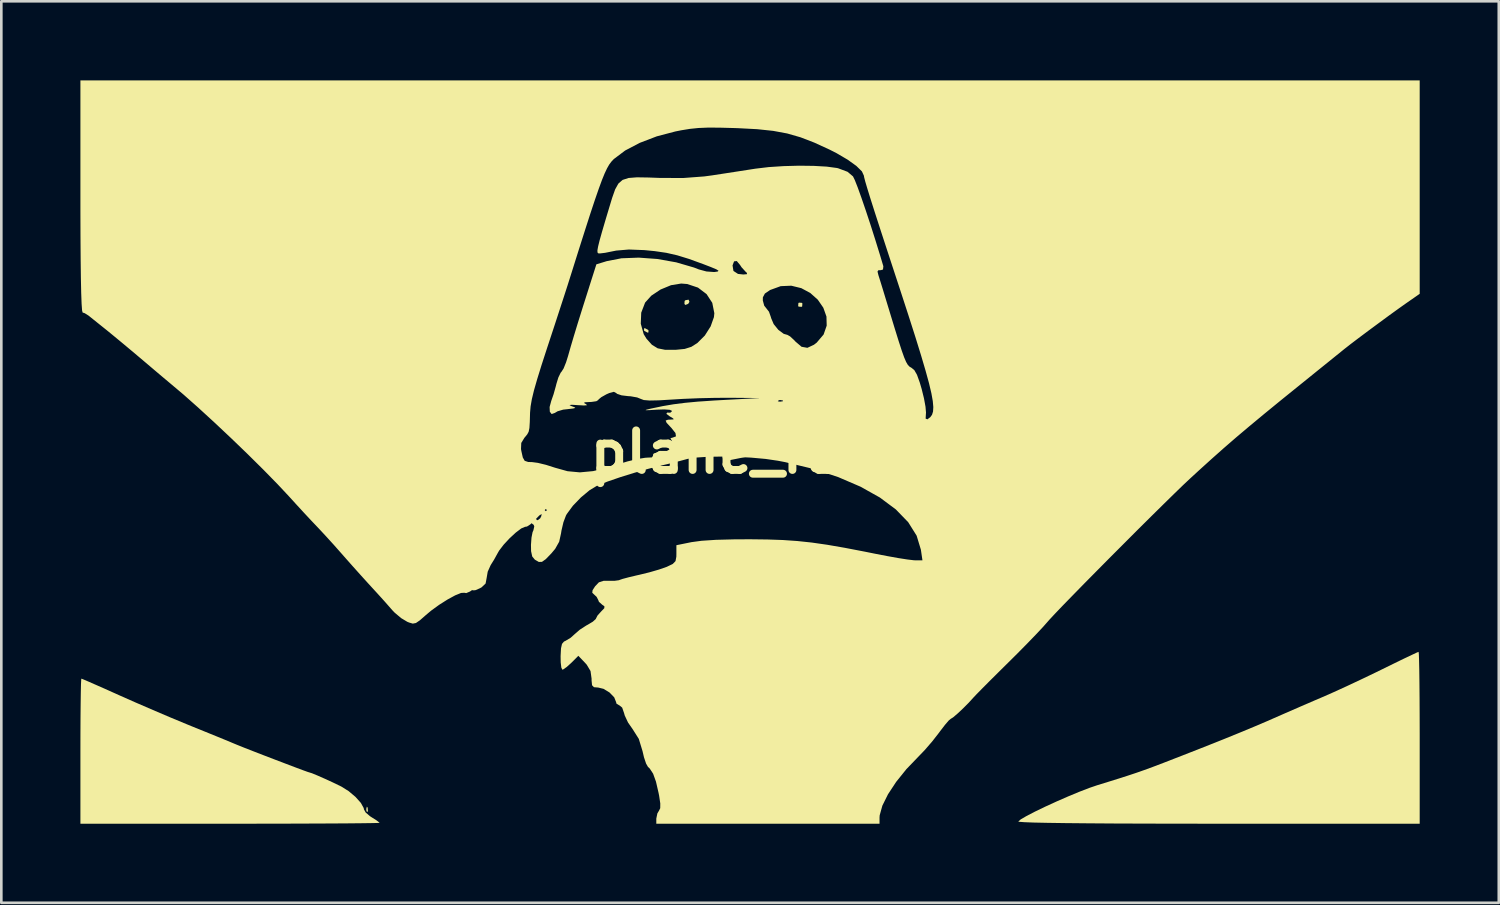
<source format=kicad_pcb>
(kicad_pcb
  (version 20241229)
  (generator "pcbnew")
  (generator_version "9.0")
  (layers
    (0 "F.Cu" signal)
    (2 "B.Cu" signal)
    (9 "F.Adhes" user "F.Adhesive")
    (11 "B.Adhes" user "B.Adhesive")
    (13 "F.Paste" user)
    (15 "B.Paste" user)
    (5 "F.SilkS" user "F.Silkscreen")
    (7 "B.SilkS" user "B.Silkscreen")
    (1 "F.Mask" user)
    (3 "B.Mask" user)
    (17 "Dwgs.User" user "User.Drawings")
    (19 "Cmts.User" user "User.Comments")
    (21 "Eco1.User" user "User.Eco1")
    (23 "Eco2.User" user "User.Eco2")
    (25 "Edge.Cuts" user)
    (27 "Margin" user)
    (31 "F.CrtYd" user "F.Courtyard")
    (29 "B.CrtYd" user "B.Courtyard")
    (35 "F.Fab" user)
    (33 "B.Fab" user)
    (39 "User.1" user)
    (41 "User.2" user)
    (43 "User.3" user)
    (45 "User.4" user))
  (footprint "plane_face"
    (layer "F.Cu")
    (at 25.4 14.097)
    (property "Reference" "plane_face" (at 0 0 0) (layer "F.SilkS") (effects (font (size 1.5 1.5) (thickness 0.3))))
    (attr board_only exclude_from_pos_files exclude_from_bom)
    (fp_poly (pts (xy -14.505 13.488) (xy -14.495 13.621) (xy -14.512 13.651) (xy -14.55 13.625) (xy -14.556 13.54) (xy -14.535 13.449)) (stroke (width 0) (type solid)) (fill yes) (layer "F.SilkS"))
    (fp_poly (pts (xy -2.299 -5.698) (xy -2.346 -5.622) (xy -2.452 -5.58) (xy -2.489 -5.617) (xy -2.482 -5.732) (xy -2.451 -5.76) (xy -2.331 -5.78)) (stroke (width 0) (type solid)) (fill yes) (layer "F.SilkS"))
    (fp_poly (pts (xy -3.87 -4.637) (xy -3.852 -4.614) (xy -3.856 -4.536) (xy -3.885 -4.53) (xy -4.004 -4.591) (xy -4.022 -4.614) (xy -4.018 -4.692) (xy -3.989 -4.699)) (stroke (width 0) (type solid)) (fill yes) (layer "F.SilkS"))
    (fp_poly (pts (xy 1.966 -5.66) (xy 1.985 -5.638) (xy 1.977 -5.527) (xy 1.955 -5.508) (xy 1.844 -5.516) (xy 1.825 -5.538) (xy 1.833 -5.649) (xy 1.855 -5.668)) (stroke (width 0) (type solid)) (fill yes) (layer "F.SilkS"))
    (fp_poly (pts (xy 25.368 7.659) (xy 25.376 7.892) (xy 25.384 8.257) (xy 25.39 8.737) (xy 25.395 9.314) (xy 25.398 9.968) (xy 25.4 10.682) (xy 25.4 10.837) (xy 25.4 14.097) (xy 17.773 14.097) (xy 16.3 14.096) (xy 14.981 14.093) (xy 13.818 14.089) (xy 12.812 14.082) (xy 11.966 14.074) (xy 11.28 14.064) (xy 10.758 14.053) (xy 10.4 14.039) (xy 10.208 14.024) (xy 10.174 14.013) (xy 10.265 13.934) (xy 10.484 13.806) (xy 10.802 13.641) (xy 11.191 13.453) (xy 11.623 13.255) (xy 12.067 13.061) (xy 12.496 12.883) (xy 12.881 12.735) (xy 13.166 12.638) (xy 13.623 12.497) (xy 14.004 12.378) (xy 14.335 12.272) (xy 14.642 12.17) (xy 14.95 12.062) (xy 15.286 11.939) (xy 15.675 11.791) (xy 16.143 11.609) (xy 16.717 11.385) (xy 17.422 11.108) (xy 17.441 11.1) (xy 17.99 10.881) (xy 18.572 10.644) (xy 19.133 10.411) (xy 19.619 10.204) (xy 19.812 10.119) (xy 20.309 9.901) (xy 20.869 9.657) (xy 21.41 9.423) (xy 21.717 9.292) (xy 22.126 9.112) (xy 22.634 8.88) (xy 23.187 8.62) (xy 23.734 8.358) (xy 23.983 8.236) (xy 24.417 8.023) (xy 24.797 7.838) (xy 25.098 7.695) (xy 25.293 7.604) (xy 25.358 7.578)) (stroke (width 0) (type solid)) (fill yes) (layer "F.SilkS"))
    (fp_poly (pts (xy -25.279 8.627) (xy -25.065 8.719) (xy -24.746 8.859) (xy -24.347 9.036) (xy -23.904 9.235) (xy -23.314 9.496) (xy -22.65 9.783) (xy -21.977 10.07) (xy -21.361 10.326) (xy -21.124 10.423) (xy -20.667 10.608) (xy -20.256 10.775) (xy -19.919 10.913) (xy -19.688 11.009) (xy -19.6 11.046) (xy -19.445 11.11) (xy -19.179 11.217) (xy -18.831 11.353) (xy -18.434 11.507) (xy -18.017 11.667) (xy -17.612 11.821) (xy -17.249 11.959) (xy -16.96 12.067) (xy -16.774 12.134) (xy -16.722 12.15) (xy -16.616 12.183) (xy -16.401 12.272) (xy -16.117 12.397) (xy -15.809 12.539) (xy -15.518 12.68) (xy -15.507 12.685) (xy -15.227 12.86) (xy -14.966 13.08) (xy -14.763 13.307) (xy -14.655 13.502) (xy -14.647 13.552) (xy -14.58 13.672) (xy -14.412 13.815) (xy -14.351 13.854) (xy -14.166 13.971) (xy -14.062 14.051) (xy -14.055 14.063) (xy -14.137 14.069) (xy -14.375 14.074) (xy -14.754 14.079) (xy -15.262 14.084) (xy -15.883 14.088) (xy -16.604 14.091) (xy -17.412 14.094) (xy -18.292 14.096) (xy -19.23 14.097) (xy -19.727 14.097) (xy -25.4 14.097) (xy -25.4 11.345) (xy -25.399 10.682) (xy -25.396 10.076) (xy -25.391 9.548) (xy -25.385 9.117) (xy -25.378 8.803) (xy -25.369 8.626) (xy -25.364 8.594)) (stroke (width 0) (type solid)) (fill yes) (layer "F.SilkS"))
    (fp_poly (pts (xy 25.4 -10.05) (xy 25.4 -6.002) (xy 24.871 -5.634) (xy 24.596 -5.439) (xy 24.243 -5.184) (xy 23.849 -4.894) (xy 23.448 -4.598) (xy 23.077 -4.32) (xy 22.771 -4.088) (xy 22.566 -3.927) (xy 22.564 -3.926) (xy 22.45 -3.834) (xy 22.226 -3.653) (xy 21.913 -3.4) (xy 21.533 -3.094) (xy 21.108 -2.75) (xy 20.913 -2.593) (xy 20.157 -1.982) (xy 19.51 -1.453) (xy 18.946 -0.985) (xy 18.439 -0.557) (xy 17.965 -0.146) (xy 17.498 0.269) (xy 17.012 0.709) (xy 16.679 1.015) (xy 16.427 1.252) (xy 16.089 1.58) (xy 15.681 1.98) (xy 15.219 2.436) (xy 14.719 2.932) (xy 14.2 3.452) (xy 13.675 3.978) (xy 13.163 4.495) (xy 12.679 4.985) (xy 12.241 5.433) (xy 11.863 5.821) (xy 11.564 6.134) (xy 11.359 6.354) (xy 11.287 6.436) (xy 11.113 6.633) (xy 10.844 6.92) (xy 10.507 7.269) (xy 10.129 7.652) (xy 9.776 8.002) (xy 9.405 8.369) (xy 9.068 8.704) (xy 8.787 8.987) (xy 8.584 9.194) (xy 8.479 9.305) (xy 8.478 9.306) (xy 8.295 9.507) (xy 8.08 9.723) (xy 7.87 9.92) (xy 7.702 10.063) (xy 7.614 10.118) (xy 7.537 10.181) (xy 7.392 10.35) (xy 7.207 10.591) (xy 7.166 10.647) (xy 6.91 10.975) (xy 6.62 11.31) (xy 6.382 11.557) (xy 5.931 12.026) (xy 5.542 12.51) (xy 5.232 12.981) (xy 5.018 13.413) (xy 4.917 13.778) (xy 4.911 13.864) (xy 4.911 14.097) (xy 0.677 14.097) (xy -3.556 14.097) (xy -3.556 13.902) (xy -3.515 13.704) (xy -3.456 13.607) (xy -3.407 13.508) (xy -3.405 13.329) (xy -3.449 13.034) (xy -3.469 12.934) (xy -3.569 12.5) (xy -3.677 12.2) (xy -3.806 12.003) (xy -3.873 11.94) (xy -3.944 11.815) (xy -4.023 11.579) (xy -4.078 11.345) (xy -4.22 10.879) (xy -4.451 10.514) (xy -4.628 10.259) (xy -4.753 9.993) (xy -4.779 9.901) (xy -4.851 9.693) (xy -4.952 9.61) (xy -4.957 9.61) (xy -5.067 9.542) (xy -5.08 9.487) (xy -5.152 9.304) (xy -5.33 9.12) (xy -5.558 8.981) (xy -5.761 8.932) (xy -5.921 8.919) (xy -5.993 8.845) (xy -6.011 8.664) (xy -6.011 8.593) (xy -6.051 8.306) (xy -6.195 8.065) (xy -6.262 7.991) (xy -6.513 7.728) (xy -6.777 7.992) (xy -6.954 8.152) (xy -7.089 8.246) (xy -7.119 8.255) (xy -7.158 8.178) (xy -7.182 7.978) (xy -7.186 7.741) (xy -7.171 7.446) (xy -7.133 7.277) (xy -7.058 7.188) (xy -6.995 7.158) (xy -6.804 7.043) (xy -6.646 6.901) (xy -6.458 6.738) (xy -6.209 6.577) (xy -6.16 6.551) (xy -5.963 6.433) (xy -5.852 6.333) (xy -5.842 6.309) (xy -5.786 6.2) (xy -5.652 6.051) (xy -5.528 5.922) (xy -5.525 5.848) (xy -5.609 5.79) (xy -5.732 5.68) (xy -5.757 5.614) (xy -5.819 5.493) (xy -5.898 5.419) (xy -5.985 5.336) (xy -5.973 5.239) (xy -5.877 5.091) (xy -5.734 4.941) (xy -5.556 4.884) (xy -5.373 4.883) (xy -5.136 4.883) (xy -4.972 4.861) (xy -4.95 4.851) (xy -4.833 4.811) (xy -4.597 4.748) (xy -4.285 4.674) (xy -4.191 4.653) (xy -3.815 4.561) (xy -3.453 4.456) (xy -3.177 4.36) (xy -3.154 4.351) (xy -2.932 4.244) (xy -2.827 4.136) (xy -2.796 3.969) (xy -2.794 3.865) (xy -2.794 3.533) (xy -2.223 3.417) (xy -1.839 3.365) (xy -1.295 3.329) (xy -0.6 3.311) (xy 0 3.308) (xy 0.658 3.316) (xy 1.242 3.336) (xy 1.79 3.374) (xy 2.338 3.432) (xy 2.924 3.516) (xy 3.583 3.63) (xy 4.354 3.778) (xy 4.741 3.856) (xy 5.201 3.945) (xy 5.623 4.021) (xy 5.971 4.075) (xy 6.205 4.103) (xy 6.254 4.106) (xy 6.539 4.106) (xy 6.48 3.704) (xy 6.319 3.172) (xy 5.999 2.661) (xy 5.531 2.177) (xy 4.925 1.725) (xy 4.191 1.314) (xy 3.34 0.948) (xy 2.382 0.635) (xy 1.327 0.381) (xy 1.055 0.329) (xy 0.592 0.261) (xy 0.055 0.212) (xy -0.517 0.182) (xy -1.086 0.171) (xy -1.612 0.18) (xy -2.054 0.209) (xy -2.375 0.26) (xy -2.413 0.271) (xy -2.668 0.34) (xy -3.015 0.428) (xy -3.379 0.514) (xy -3.387 0.516) (xy -3.855 0.634) (xy -4.387 0.786) (xy -4.924 0.953) (xy -5.409 1.12) (xy -5.784 1.265) (xy -6.084 1.445) (xy -6.415 1.72) (xy -6.721 2.038) (xy -6.95 2.349) (xy -6.983 2.408) (xy -7.079 2.662) (xy -7.153 2.977) (xy -7.17 3.085) (xy -7.24 3.401) (xy -7.391 3.67) (xy -7.536 3.843) (xy -7.747 4.061) (xy -7.892 4.164) (xy -8.013 4.168) (xy -8.153 4.087) (xy -8.166 4.078) (xy -8.263 3.959) (xy -8.306 3.759) (xy -8.31 3.517) (xy -8.29 3.244) (xy -8.249 3.037) (xy -8.219 2.971) (xy -8.185 2.822) (xy -8.207 2.761) (xy -8.288 2.699) (xy -8.334 2.743) (xy -8.461 2.825) (xy -8.535 2.836) (xy -8.678 2.897) (xy -8.887 3.055) (xy -9.122 3.272) (xy -9.345 3.512) (xy -9.517 3.737) (xy -9.567 3.823) (xy -9.71 4.082) (xy -9.839 4.289) (xy -9.951 4.538) (xy -9.991 4.773) (xy -10.031 4.986) (xy -10.182 5.13) (xy -10.245 5.165) (xy -10.414 5.238) (xy -10.497 5.247) (xy -10.499 5.241) (xy -10.551 5.24) (xy -10.622 5.289) (xy -10.766 5.35) (xy -10.833 5.337) (xy -10.961 5.344) (xy -11.187 5.436) (xy -11.475 5.593) (xy -11.791 5.793) (xy -12.099 6.017) (xy -12.298 6.184) (xy -12.524 6.382) (xy -12.673 6.484) (xy -12.792 6.507) (xy -12.93 6.467) (xy -13.002 6.438) (xy -13.235 6.298) (xy -13.483 6.089) (xy -13.566 6.002) (xy -13.729 5.816) (xy -13.856 5.672) (xy -13.981 5.533) (xy -14.137 5.361) (xy -14.36 5.118) (xy -14.478 4.989) (xy -14.756 4.682) (xy -15.086 4.314) (xy -15.408 3.95) (xy -15.494 3.852) (xy -15.785 3.523) (xy -16.087 3.191) (xy -16.348 2.91) (xy -16.425 2.829) (xy -16.642 2.601) (xy -16.707 2.531) (xy -8.116 2.531) (xy -8.089 2.58) (xy -8.052 2.582) (xy -7.961 2.514) (xy -7.923 2.443) (xy -7.902 2.352) (xy -7.974 2.391) (xy -7.999 2.411) (xy -8.116 2.531) (xy -16.707 2.531) (xy -16.93 2.292) (xy -17.013 2.201) (xy -7.789 2.201) (xy -7.747 2.244) (xy -7.705 2.201) (xy -7.747 2.159) (xy -7.789 2.201) (xy -17.013 2.201) (xy -17.247 1.947) (xy -17.484 1.686) (xy -17.924 1.216) (xy -18.458 0.67) (xy -19.056 0.078) (xy -19.257 -0.116) (xy -8.688 -0.116) (xy -8.676 -0.045) (xy -8.62 0.206) (xy -8.548 0.332) (xy -8.417 0.376) (xy -8.266 0.381) (xy -8.048 0.41) (xy -7.739 0.485) (xy -7.406 0.591) (xy -7.404 0.592) (xy -6.925 0.726) (xy -6.456 0.77) (xy -5.954 0.723) (xy -5.376 0.583) (xy -5.038 0.474) (xy -4.653 0.356) (xy -4.281 0.266) (xy -3.981 0.217) (xy -3.895 0.211) (xy -3.671 0.2) (xy -3.602 0.167) (xy -3.641 0.127) (xy -3.686 0.072) (xy -3.588 0.047) (xy -3.469 0.044) (xy -3.217 -0.003) (xy -3.025 -0.118) (xy -2.929 -0.269) (xy -2.963 -0.423) (xy -2.969 -0.43) (xy -3.021 -0.526) (xy -2.931 -0.55) (xy -2.81 -0.595) (xy -2.829 -0.721) (xy -2.987 -0.92) (xy -3.006 -0.939) (xy -3.165 -1.11) (xy -3.201 -1.196) (xy -3.115 -1.227) (xy -3.027 -1.231) (xy -2.901 -1.238) (xy -2.912 -1.273) (xy -3.048 -1.355) (xy -3.174 -1.451) (xy -3.144 -1.498) (xy -3.027 -1.492) (xy -2.965 -1.545) (xy -2.963 -1.563) (xy -3.042 -1.602) (xy -3.255 -1.617) (xy -3.535 -1.608) (xy -3.826 -1.59) (xy -3.96 -1.587) (xy -3.948 -1.602) (xy -3.803 -1.639) (xy -3.725 -1.656) (xy -3.31 -1.743) (xy -2.904 -1.812) (xy -2.471 -1.867) (xy -1.972 -1.914) (xy -1.803 -1.925) (xy 1.053 -1.925) (xy 1.136 -1.912) (xy 1.246 -1.927) (xy 1.247 -1.956) (xy 1.134 -1.976) (xy 1.085 -1.963) (xy 1.053 -1.925) (xy -1.803 -1.925) (xy -1.369 -1.955) (xy -0.847 -1.984) (xy 0.381 -2.049) (xy -0.762 -2.059) (xy -1.318 -2.056) (xy -1.94 -2.042) (xy -2.544 -2.017) (xy -2.961 -1.992) (xy -3.461 -1.962) (xy -3.811 -1.955) (xy -4.03 -1.973) (xy -4.132 -2.011) (xy -4.283 -2.072) (xy -4.526 -2.115) (xy -4.631 -2.122) (xy -4.875 -2.152) (xy -5.044 -2.209) (xy -5.077 -2.238) (xy -5.165 -2.285) (xy -5.339 -2.239) (xy -5.448 -2.191) (xy -5.642 -2.082) (xy -5.75 -1.993) (xy -5.757 -1.974) (xy -5.832 -1.928) (xy -6.018 -1.901) (xy -6.075 -1.899) (xy -6.264 -1.889) (xy -6.301 -1.862) (xy -6.223 -1.817) (xy -6.18 -1.777) (xy -6.299 -1.767) (xy -6.519 -1.779) (xy -6.764 -1.794) (xy -6.85 -1.783) (xy -6.784 -1.746) (xy -6.773 -1.743) (xy -6.658 -1.7) (xy -6.629 -1.673) (xy -6.711 -1.652) (xy -6.926 -1.627) (xy -7.089 -1.609) (xy -7.302 -1.546) (xy -7.406 -1.484) (xy -7.526 -1.442) (xy -7.595 -1.53) (xy -7.603 -1.709) (xy -7.541 -1.939) (xy -7.453 -2.192) (xy -7.367 -2.499) (xy -7.347 -2.581) (xy -7.271 -2.829) (xy -7.184 -3.009) (xy -7.152 -3.047) (xy -7.073 -3.17) (xy -6.979 -3.403) (xy -6.904 -3.641) (xy -6.806 -3.987) (xy -6.684 -4.398) (xy -6.541 -4.868) (xy -4.145 -4.868) (xy -4.034 -4.472) (xy -3.928 -4.299) (xy -3.722 -4.069) (xy -3.503 -3.935) (xy -3.219 -3.878) (xy -2.825 -3.878) (xy -2.479 -3.912) (xy -2.226 -3.992) (xy -1.999 -4.136) (xy -1.716 -4.419) (xy -1.495 -4.767) (xy -1.37 -5.118) (xy -1.355 -5.267) (xy -1.433 -5.66) (xy -1.492 -5.75) (xy 0.484 -5.75) (xy 0.537 -5.553) (xy 0.622 -5.446) (xy 0.718 -5.323) (xy 0.793 -5.111) (xy 0.798 -5.085) (xy 0.896 -4.854) (xy 1.073 -4.636) (xy 1.278 -4.484) (xy 1.417 -4.445) (xy 1.519 -4.387) (xy 1.675 -4.243) (xy 1.722 -4.191) (xy 1.953 -3.994) (xy 2.175 -3.954) (xy 2.423 -4.07) (xy 2.528 -4.151) (xy 2.79 -4.459) (xy 2.907 -4.795) (xy 2.898 -5.141) (xy 2.779 -5.475) (xy 2.569 -5.78) (xy 2.284 -6.034) (xy 1.944 -6.217) (xy 1.564 -6.31) (xy 1.163 -6.293) (xy 0.761 -6.147) (xy 0.562 -6.012) (xy 0.486 -5.869) (xy 0.484 -5.75) (xy -1.492 -5.75) (xy -1.649 -5.991) (xy -1.975 -6.238) (xy -2.382 -6.374) (xy -2.612 -6.392) (xy -2.996 -6.33) (xy -3.395 -6.165) (xy -3.746 -5.931) (xy -3.981 -5.669) (xy -4.128 -5.287) (xy -4.145 -4.868) (xy -6.541 -4.868) (xy -6.532 -4.897) (xy -6.341 -5.508) (xy -6.104 -6.255) (xy -6.1 -6.27) (xy -5.829 -7.121) (xy -5.433 -7.242) (xy -4.876 -7.35) (xy -4.221 -7.375) (xy -3.513 -7.323) (xy -2.8 -7.196) (xy -2.128 -7) (xy -1.94 -6.927) (xy -1.654 -6.85) (xy -1.368 -6.829) (xy -1.348 -6.83) (xy -1.225 -6.848) (xy -1.196 -6.878) (xy -1.278 -6.931) (xy -1.489 -7.019) (xy -1.645 -7.079) (xy -0.664 -7.079) (xy -0.63 -6.87) (xy -0.457 -6.757) (xy -0.254 -6.735) (xy -0.114 -6.748) (xy -0.123 -6.8) (xy -0.169 -6.841) (xy -0.321 -7.008) (xy -0.381 -7.099) (xy -0.504 -7.246) (xy -0.607 -7.233) (xy -0.664 -7.079) (xy -1.645 -7.079) (xy -1.778 -7.13) (xy -2.317 -7.326) (xy -2.762 -7.463) (xy -3.174 -7.557) (xy -3.612 -7.621) (xy -4.006 -7.66) (xy -4.597 -7.683) (xy -5.077 -7.642) (xy -5.228 -7.612) (xy -5.495 -7.558) (xy -5.693 -7.534) (xy -5.763 -7.539) (xy -5.787 -7.575) (xy -5.789 -7.655) (xy -5.763 -7.8) (xy -5.706 -8.031) (xy -5.611 -8.369) (xy -5.474 -8.835) (xy -5.362 -9.208) (xy -5.23 -9.644) (xy -5.117 -9.964) (xy -4.994 -10.184) (xy -4.834 -10.323) (xy -4.61 -10.396) (xy -4.292 -10.421) (xy -3.855 -10.414) (xy -3.417 -10.398) (xy -2.533 -10.395) (xy -1.736 -10.455) (xy -1.439 -10.495) (xy -0.958 -10.569) (xy -0.433 -10.65) (xy 0.049 -10.725) (xy 0.212 -10.75) (xy 0.707 -10.809) (xy 1.27 -10.846) (xy 1.856 -10.862) (xy 2.418 -10.855) (xy 2.91 -10.827) (xy 3.288 -10.776) (xy 3.336 -10.766) (xy 3.698 -10.631) (xy 3.905 -10.456) (xy 3.974 -10.315) (xy 4.084 -10.036) (xy 4.225 -9.643) (xy 4.39 -9.162) (xy 4.57 -8.618) (xy 4.756 -8.033) (xy 4.941 -7.434) (xy 5.056 -7.048) (xy 5.043 -6.924) (xy 4.963 -6.9) (xy 4.863 -6.895) (xy 4.835 -6.846) (xy 4.87 -6.705) (xy 4.905 -6.595) (xy 4.96 -6.42) (xy 5.051 -6.124) (xy 5.165 -5.748) (xy 5.291 -5.335) (xy 5.291 -5.334) (xy 5.483 -4.704) (xy 5.634 -4.218) (xy 5.752 -3.854) (xy 5.844 -3.595) (xy 5.919 -3.419) (xy 5.984 -3.308) (xy 6.046 -3.242) (xy 6.112 -3.202) (xy 6.12 -3.199) (xy 6.23 -3.109) (xy 6.332 -2.931) (xy 6.439 -2.633) (xy 6.51 -2.39) (xy 6.597 -2.037) (xy 6.655 -1.721) (xy 6.674 -1.496) (xy 6.67 -1.448) (xy 6.66 -1.269) (xy 6.728 -1.241) (xy 6.841 -1.329) (xy 6.903 -1.416) (xy 6.941 -1.538) (xy 6.951 -1.707) (xy 6.931 -1.934) (xy 6.878 -2.231) (xy 6.788 -2.611) (xy 6.658 -3.085) (xy 6.487 -3.665) (xy 6.271 -4.364) (xy 6.006 -5.192) (xy 5.69 -6.162) (xy 5.503 -6.731) (xy 5.196 -7.667) (xy 4.94 -8.451) (xy 4.732 -9.093) (xy 4.57 -9.602) (xy 4.451 -9.987) (xy 4.371 -10.257) (xy 4.328 -10.422) (xy 4.318 -10.483) (xy 4.243 -10.646) (xy 4.031 -10.854) (xy 3.704 -11.089) (xy 3.285 -11.335) (xy 3.012 -11.474) (xy 2.434 -11.739) (xy 1.915 -11.939) (xy 1.411 -12.084) (xy 0.877 -12.183) (xy 0.27 -12.247) (xy -0.454 -12.285) (xy -0.593 -12.29) (xy -1.158 -12.305) (xy -1.598 -12.307) (xy -1.958 -12.292) (xy -2.281 -12.259) (xy -2.612 -12.205) (xy -2.836 -12.16) (xy -3.536 -11.976) (xy -4.182 -11.729) (xy -4.737 -11.438) (xy -5.162 -11.118) (xy -5.183 -11.098) (xy -5.264 -11.011) (xy -5.343 -10.904) (xy -5.424 -10.762) (xy -5.514 -10.572) (xy -5.617 -10.319) (xy -5.738 -9.99) (xy -5.883 -9.571) (xy -6.057 -9.047) (xy -6.264 -8.404) (xy -6.51 -7.63) (xy -6.8 -6.708) (xy -6.833 -6.604) (xy -6.921 -6.326) (xy -7.052 -5.92) (xy -7.215 -5.42) (xy -7.398 -4.859) (xy -7.592 -4.27) (xy -7.688 -3.979) (xy -7.907 -3.305) (xy -8.074 -2.766) (xy -8.196 -2.34) (xy -8.277 -2.004) (xy -8.324 -1.733) (xy -8.344 -1.505) (xy -8.345 -1.482) (xy -8.355 -1.135) (xy -8.369 -0.913) (xy -8.397 -0.774) (xy -8.449 -0.675) (xy -8.533 -0.571) (xy -8.557 -0.544) (xy -8.678 -0.346) (xy -8.688 -0.116) (xy -19.257 -0.116) (xy -19.689 -0.532) (xy -20.326 -1.131) (xy -20.937 -1.691) (xy -21.493 -2.184) (xy -21.962 -2.579) (xy -22.083 -2.681) (xy -22.305 -2.867) (xy -22.598 -3.115) (xy -22.933 -3.399) (xy -23.02 -3.473) (xy -23.403 -3.796) (xy -23.792 -4.121) (xy -24.144 -4.412) (xy -24.413 -4.632) (xy -24.426 -4.642) (xy -24.693 -4.856) (xy -24.924 -5.041) (xy -25.074 -5.162) (xy -25.083 -5.17) (xy -25.236 -5.267) (xy -25.316 -5.292) (xy -25.337 -5.376) (xy -25.355 -5.625) (xy -25.37 -6.036) (xy -25.382 -6.604) (xy -25.391 -7.325) (xy -25.397 -8.197) (xy -25.4 -9.213) (xy -25.4 -9.694) (xy -25.4 -14.097) (xy 0 -14.097) (xy 25.4 -14.097)) (stroke (width 0) (type solid)) (fill yes) (layer "F.SilkS")))
  (gr_rect
    (start -3 -3)
    (end 53.8 31.194)
    (stroke (width 0.1) (type default))
    (fill no)
    (layer "Edge.Cuts")))
</source>
